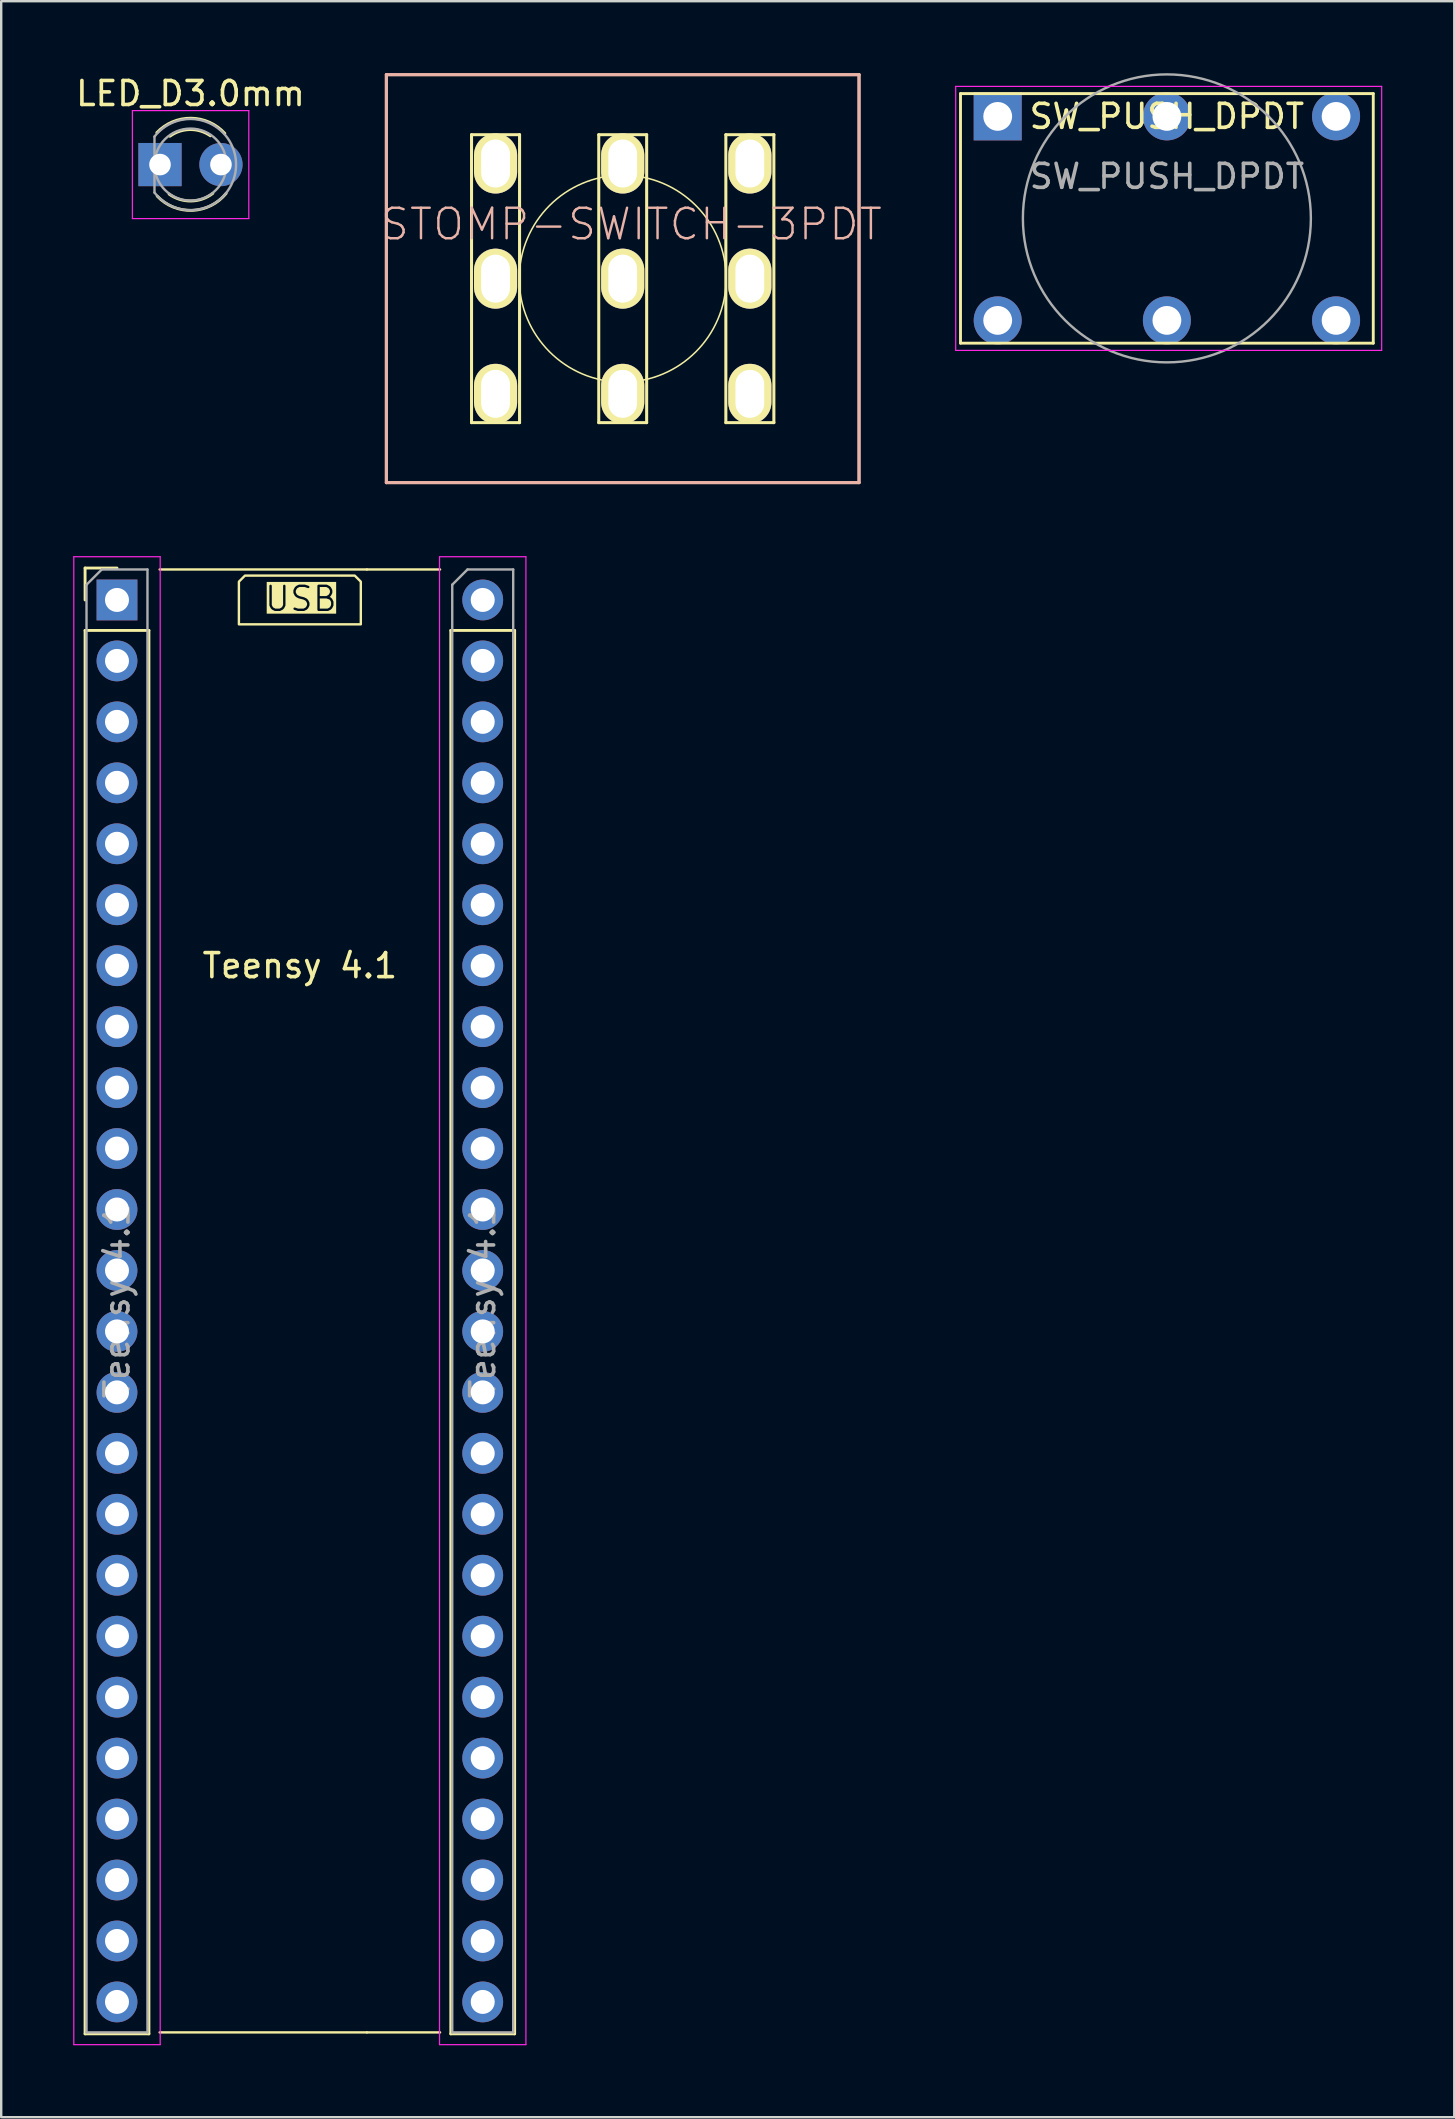
<source format=kicad_pcb>
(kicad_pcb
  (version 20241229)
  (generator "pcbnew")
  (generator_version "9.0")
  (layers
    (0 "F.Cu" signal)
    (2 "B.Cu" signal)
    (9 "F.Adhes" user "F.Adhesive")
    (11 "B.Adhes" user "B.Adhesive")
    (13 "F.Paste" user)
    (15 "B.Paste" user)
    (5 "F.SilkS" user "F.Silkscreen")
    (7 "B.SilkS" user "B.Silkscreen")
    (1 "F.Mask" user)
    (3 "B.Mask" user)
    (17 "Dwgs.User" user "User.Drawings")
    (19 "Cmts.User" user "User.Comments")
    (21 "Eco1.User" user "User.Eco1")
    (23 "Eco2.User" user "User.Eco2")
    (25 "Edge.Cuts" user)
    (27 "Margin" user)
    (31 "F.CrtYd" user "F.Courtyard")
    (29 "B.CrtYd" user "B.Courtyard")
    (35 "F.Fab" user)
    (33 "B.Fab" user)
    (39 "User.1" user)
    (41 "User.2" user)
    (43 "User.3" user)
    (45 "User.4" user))
  (footprint "SW_PUSH_DPDT"
    (layer "F.Cu")
    (at 38.524 1.8)
    (property "Reference" "SW_PUSH_DPDT" (at 7.05 0 0) (layer "F.SilkS") (effects (font (size 1 1) (thickness 0.15))))
    (attr through_hole)
    (fp_line (start -1.55 -0.95) (end -1.55 9.45) (stroke (width 0.12) (type solid)) (layer "F.SilkS"))
    (fp_line (start -1.55 -0.95) (end 15.65 -0.95) (stroke (width 0.12) (type solid)) (layer "F.SilkS"))
    (fp_line (start 15.65 9.45) (end -1.55 9.45) (stroke (width 0.12) (type solid)) (layer "F.SilkS"))
    (fp_line (start 15.65 9.45) (end 15.65 -0.95) (stroke (width 0.12) (type solid)) (layer "F.SilkS"))
    (fp_line (start -1.75 -1.25) (end 16 -1.25) (stroke (width 0.05) (type solid)) (layer "F.CrtYd"))
    (fp_line (start -1.75 9.75) (end -1.75 -1.25) (stroke (width 0.05) (type solid)) (layer "F.CrtYd"))
    (fp_line (start 16 -1.25) (end 16 9.75) (stroke (width 0.05) (type solid)) (layer "F.CrtYd"))
    (fp_line (start 16 9.75) (end -1.75 9.75) (stroke (width 0.05) (type solid)) (layer "F.CrtYd"))
    (fp_circle (center 7.05 4.25) (end 13.05 4.25) (stroke (width 0.1) (type solid)) (fill no) (layer "F.Fab"))
    (fp_text user "${REFERENCE}" (at 7.05 2.5 0) (layer "F.Fab") (effects (font (size 1 1) (thickness 0.15))))
    (pad "1" thru_hole rect (at 0 0) (size 2 2) (drill 1.2) (layers "*.Cu" "*.Mask"))
    (pad "2" thru_hole circle (at 7.05 0) (size 2 2) (drill 1.2) (layers "*.Cu" "*.Mask"))
    (pad "3" thru_hole circle (at 14.1 0) (size 2 2) (drill 1.2) (layers "*.Cu" "*.Mask"))
    (pad "4" thru_hole circle (at 0 8.5) (size 2 2) (drill 1.2) (layers "*.Cu" "*.Mask"))
    (pad "5" thru_hole circle (at 7.05 8.5) (size 2 2) (drill 1.2) (layers "*.Cu" "*.Mask"))
    (pad "6" thru_hole circle (at 14.1 8.5) (size 2 2) (drill 1.2) (layers "*.Cu" "*.Mask")))
  (footprint "STOMP-SWITCH-3PDT"
    (layer "F.Cu")
    (at 22.898 8.562)
    (property "Reference" "STOMP-SWITCH-3PDT" (at 0.363 -2.268 0) (layer "B.SilkS") (effects (font (size 1.27 1.27) (thickness 0.102))))
    (attr exclude_from_pos_files exclude_from_bom)
    (fp_line (start -6.299 -5.999) (end -6.299 5.999) (stroke (width 0.127) (type solid)) (layer "F.SilkS"))
    (fp_line (start -6.299 5.999) (end -4.298 5.999) (stroke (width 0.127) (type solid)) (layer "F.SilkS"))
    (fp_line (start -4.298 -5.999) (end -6.299 -5.999) (stroke (width 0.127) (type solid)) (layer "F.SilkS"))
    (fp_line (start -4.298 5.999) (end -4.298 -5.999) (stroke (width 0.127) (type solid)) (layer "F.SilkS"))
    (fp_line (start -0.998 -5.999) (end 0.998 -5.999) (stroke (width 0.127) (type solid)) (layer "F.SilkS"))
    (fp_line (start -0.998 5.999) (end -0.998 -5.999) (stroke (width 0.127) (type solid)) (layer "F.SilkS"))
    (fp_line (start 0.998 -5.999) (end 0.998 5.999) (stroke (width 0.127) (type solid)) (layer "F.SilkS"))
    (fp_line (start 0.998 5.999) (end -0.998 5.999) (stroke (width 0.127) (type solid)) (layer "F.SilkS"))
    (fp_line (start 4.298 -5.999) (end 4.298 5.999) (stroke (width 0.127) (type solid)) (layer "F.SilkS"))
    (fp_line (start 4.298 5.999) (end 6.299 5.999) (stroke (width 0.127) (type solid)) (layer "F.SilkS"))
    (fp_line (start 6.299 -5.999) (end 4.298 -5.999) (stroke (width 0.127) (type solid)) (layer "F.SilkS"))
    (fp_line (start 6.299 5.999) (end 6.299 -5.999) (stroke (width 0.127) (type solid)) (layer "F.SilkS"))
    (fp_circle (center 0 0) (end -3.048 3.048) (stroke (width 0.064) (type solid)) (fill no) (layer "F.SilkS"))
    (fp_line (start -9.848 -8.499) (end -9.848 8.499) (stroke (width 0.127) (type solid)) (layer "B.SilkS"))
    (fp_line (start -9.848 -8.499) (end 9.848 -8.499) (stroke (width 0.127) (type solid)) (layer "B.SilkS"))
    (fp_line (start -9.848 8.499) (end -9.848 -8.499) (stroke (width 0.127) (type solid)) (layer "B.SilkS"))
    (fp_line (start -9.848 8.499) (end 9.848 8.499) (stroke (width 0.127) (type solid)) (layer "B.SilkS"))
    (fp_line (start 9.848 -8.499) (end -9.848 -8.499) (stroke (width 0.127) (type solid)) (layer "B.SilkS"))
    (fp_line (start 9.848 -8.499) (end 9.848 8.499) (stroke (width 0.127) (type solid)) (layer "B.SilkS"))
    (fp_line (start 9.848 8.499) (end -9.848 8.499) (stroke (width 0.127) (type solid)) (layer "B.SilkS"))
    (fp_line (start 9.848 8.499) (end 9.848 -8.499) (stroke (width 0.127) (type solid)) (layer "B.SilkS"))
    (pad "P$1" thru_hole oval (at -5.298 -4.798) (size 1.798 2.5) (drill oval 1.199 2) (layers "*.Cu" "F.Mask" "F.SilkS" "F.Paste"))
    (pad "P$2" thru_hole oval (at -5.298 0) (size 1.798 2.5) (drill oval 1.199 2) (layers "*.Cu" "F.Mask" "F.SilkS" "F.Paste"))
    (pad "P$3" thru_hole oval (at -5.298 4.798) (size 1.798 2.5) (drill oval 1.199 2) (layers "*.Cu" "F.Mask" "F.SilkS" "F.Paste"))
    (pad "P$4" thru_hole oval (at 0 -4.798) (size 1.798 2.5) (drill oval 1.199 2) (layers "*.Cu" "F.Mask" "F.SilkS" "F.Paste"))
    (pad "P$5" thru_hole oval (at 0 0) (size 1.798 2.5) (drill oval 1.199 2) (layers "*.Cu" "F.Mask" "F.SilkS" "F.Paste"))
    (pad "P$6" thru_hole oval (at 0 4.798) (size 1.798 2.5) (drill oval 1.199 2) (layers "*.Cu" "F.Mask" "F.SilkS" "F.Paste"))
    (pad "P$7" thru_hole oval (at 5.298 -4.798) (size 1.798 2.5) (drill oval 1.199 2) (layers "*.Cu" "F.Mask" "F.SilkS" "F.Paste"))
    (pad "P$8" thru_hole oval (at 5.298 0) (size 1.798 2.5) (drill oval 1.199 2) (layers "*.Cu" "F.Mask" "F.SilkS" "F.Paste"))
    (pad "P$9" thru_hole oval (at 5.298 4.798) (size 1.798 2.5) (drill oval 1.199 2) (layers "*.Cu" "F.Mask" "F.SilkS" "F.Paste")))
  (footprint "Teensy 4.1"
    (layer "F.Cu")
    (at 1.825 21.95)
    (property "Reference" "Teensy 4.1" (at 7.62 15.24 0) (layer "F.SilkS") (effects (font (size 1 1) (thickness 0.15))))
    (attr through_hole)
    (fp_line (start -1.33 -1.33) (end 0 -1.33) (stroke (width 0.12) (type solid)) (layer "F.SilkS"))
    (fp_line (start -1.33 0) (end -1.33 -1.33) (stroke (width 0.12) (type solid)) (layer "F.SilkS"))
    (fp_line (start -1.33 1.27) (end -1.33 59.75) (stroke (width 0.12) (type solid)) (layer "F.SilkS"))
    (fp_line (start -1.33 1.27) (end 1.33 1.27) (stroke (width 0.12) (type solid)) (layer "F.SilkS"))
    (fp_line (start -1.33 59.75) (end 1.33 59.75) (stroke (width 0.12) (type solid)) (layer "F.SilkS"))
    (fp_line (start 1.33 1.27) (end 1.33 59.75) (stroke (width 0.12) (type solid)) (layer "F.SilkS"))
    (fp_line (start 1.778 -1.27) (end 10.414 -1.27) (stroke (width 0.1) (type default)) (layer "F.SilkS"))
    (fp_line (start 1.778 59.69) (end 10.414 59.69) (stroke (width 0.1) (type default)) (layer "F.SilkS"))
    (fp_line (start 10.414 -1.27) (end 13.462 -1.27) (stroke (width 0.1) (type default)) (layer "F.SilkS"))
    (fp_line (start 10.414 59.69) (end 13.462 59.69) (stroke (width 0.1) (type default)) (layer "F.SilkS"))
    (fp_line (start 13.91 1.27) (end 13.91 59.75) (stroke (width 0.12) (type solid)) (layer "F.SilkS"))
    (fp_line (start 13.91 1.27) (end 16.57 1.27) (stroke (width 0.12) (type solid)) (layer "F.SilkS"))
    (fp_line (start 13.91 59.75) (end 16.57 59.75) (stroke (width 0.12) (type solid)) (layer "F.SilkS"))
    (fp_line (start 16.57 1.27) (end 16.57 59.75) (stroke (width 0.12) (type solid)) (layer "F.SilkS"))
    (fp_poly (pts (xy 5.08 -0.762) (xy 5.334 -1.016) (xy 9.906 -1.016) (xy 10.16 -0.762) (xy 10.16 -0.254) (xy 10.16 1.016) (xy 5.08 1.016)) (stroke (width 0.1) (type solid)) (fill no) (layer "F.SilkS"))
    (fp_line (start -1.8 -1.8) (end -1.8 60.2) (stroke (width 0.05) (type solid)) (layer "F.CrtYd"))
    (fp_line (start -1.8 60.2) (end 1.8 60.2) (stroke (width 0.05) (type solid)) (layer "F.CrtYd"))
    (fp_line (start 1.8 -1.8) (end -1.8 -1.8) (stroke (width 0.05) (type solid)) (layer "F.CrtYd"))
    (fp_line (start 1.8 60.2) (end 1.8 -1.8) (stroke (width 0.05) (type solid)) (layer "F.CrtYd"))
    (fp_line (start 13.44 -1.8) (end 13.44 60.2) (stroke (width 0.05) (type solid)) (layer "F.CrtYd"))
    (fp_line (start 13.44 60.2) (end 17.04 60.2) (stroke (width 0.05) (type solid)) (layer "F.CrtYd"))
    (fp_line (start 17.04 -1.8) (end 13.44 -1.8) (stroke (width 0.05) (type solid)) (layer "F.CrtYd"))
    (fp_line (start 17.04 60.2) (end 17.04 -1.8) (stroke (width 0.05) (type solid)) (layer "F.CrtYd"))
    (fp_line (start -1.27 -0.635) (end -0.635 -1.27) (stroke (width 0.1) (type solid)) (layer "F.Fab"))
    (fp_line (start -1.27 59.69) (end -1.27 -0.635) (stroke (width 0.1) (type solid)) (layer "F.Fab"))
    (fp_line (start -0.635 -1.27) (end 1.27 -1.27) (stroke (width 0.1) (type solid)) (layer "F.Fab"))
    (fp_line (start 1.27 -1.27) (end 1.27 59.69) (stroke (width 0.1) (type solid)) (layer "F.Fab"))
    (fp_line (start 1.27 59.69) (end -1.27 59.69) (stroke (width 0.1) (type solid)) (layer "F.Fab"))
    (fp_line (start 13.97 -0.635) (end 14.605 -1.27) (stroke (width 0.1) (type solid)) (layer "F.Fab"))
    (fp_line (start 13.97 59.69) (end 13.97 -0.635) (stroke (width 0.1) (type solid)) (layer "F.Fab"))
    (fp_line (start 14.605 -1.27) (end 16.51 -1.27) (stroke (width 0.1) (type solid)) (layer "F.Fab"))
    (fp_line (start 16.51 -1.27) (end 16.51 59.69) (stroke (width 0.1) (type solid)) (layer "F.Fab"))
    (fp_line (start 16.51 59.69) (end 13.97 59.69) (stroke (width 0.1) (type solid)) (layer "F.Fab"))
    (fp_text user "USB" (at 6.096 0.539 0) (unlocked yes) (layer "F.SilkS" knockout) (effects (font (size 1 1) (thickness 0.1)) (justify left bottom)))
    (fp_text user "${REFERENCE}" (at 15.24 29.21 90) (layer "F.Fab") (effects (font (size 1 1) (thickness 0.15))))
    (fp_text user "${REFERENCE}" (at 0 29.21 90) (layer "F.Fab") (effects (font (size 1 1) (thickness 0.15))))
    (pad "1" thru_hole rect (at 0 0) (size 1.7 1.7) (drill 1) (layers "*.Cu" "*.Mask"))
    (pad "2" thru_hole oval (at 0 2.54) (size 1.7 1.7) (drill 1) (layers "*.Cu" "*.Mask"))
    (pad "3" thru_hole oval (at 0 5.08) (size 1.7 1.7) (drill 1) (layers "*.Cu" "*.Mask"))
    (pad "4" thru_hole oval (at 0 7.62) (size 1.7 1.7) (drill 1) (layers "*.Cu" "*.Mask"))
    (pad "5" thru_hole oval (at 0 10.16) (size 1.7 1.7) (drill 1) (layers "*.Cu" "*.Mask"))
    (pad "6" thru_hole oval (at 0 12.7) (size 1.7 1.7) (drill 1) (layers "*.Cu" "*.Mask"))
    (pad "7" thru_hole oval (at 0 15.24) (size 1.7 1.7) (drill 1) (layers "*.Cu" "*.Mask"))
    (pad "8" thru_hole oval (at 0 17.78) (size 1.7 1.7) (drill 1) (layers "*.Cu" "*.Mask"))
    (pad "9" thru_hole oval (at 0 20.32) (size 1.7 1.7) (drill 1) (layers "*.Cu" "*.Mask"))
    (pad "10" thru_hole oval (at 0 22.86) (size 1.7 1.7) (drill 1) (layers "*.Cu" "*.Mask"))
    (pad "11" thru_hole oval (at 0 25.4) (size 1.7 1.7) (drill 1) (layers "*.Cu" "*.Mask"))
    (pad "12" thru_hole oval (at 0 27.94) (size 1.7 1.7) (drill 1) (layers "*.Cu" "*.Mask"))
    (pad "13" thru_hole oval (at 0 30.48) (size 1.7 1.7) (drill 1) (layers "*.Cu" "*.Mask"))
    (pad "14" thru_hole oval (at 0 33.02) (size 1.7 1.7) (drill 1) (layers "*.Cu" "*.Mask"))
    (pad "15" thru_hole oval (at 0 35.56) (size 1.7 1.7) (drill 1) (layers "*.Cu" "*.Mask"))
    (pad "16" thru_hole oval (at 0 38.1) (size 1.7 1.7) (drill 1) (layers "*.Cu" "*.Mask"))
    (pad "17" thru_hole oval (at 0 40.64) (size 1.7 1.7) (drill 1) (layers "*.Cu" "*.Mask"))
    (pad "18" thru_hole oval (at 0 43.18) (size 1.7 1.7) (drill 1) (layers "*.Cu" "*.Mask"))
    (pad "19" thru_hole oval (at 0 45.72) (size 1.7 1.7) (drill 1) (layers "*.Cu" "*.Mask"))
    (pad "20" thru_hole oval (at 0 48.26) (size 1.7 1.7) (drill 1) (layers "*.Cu" "*.Mask"))
    (pad "21" thru_hole oval (at 0 50.8) (size 1.7 1.7) (drill 1) (layers "*.Cu" "*.Mask"))
    (pad "22" thru_hole oval (at 0 53.34) (size 1.7 1.7) (drill 1) (layers "*.Cu" "*.Mask"))
    (pad "23" thru_hole oval (at 0 55.88) (size 1.7 1.7) (drill 1) (layers "*.Cu" "*.Mask"))
    (pad "24" thru_hole oval (at 0 58.42) (size 1.7 1.7) (drill 1) (layers "*.Cu" "*.Mask"))
    (pad "25" thru_hole oval (at 15.24 58.42) (size 1.7 1.7) (drill 1) (layers "*.Cu" "*.Mask"))
    (pad "26" thru_hole oval (at 15.24 55.88) (size 1.7 1.7) (drill 1) (layers "*.Cu" "*.Mask"))
    (pad "27" thru_hole oval (at 15.24 53.34) (size 1.7 1.7) (drill 1) (layers "*.Cu" "*.Mask"))
    (pad "28" thru_hole oval (at 15.24 50.8) (size 1.7 1.7) (drill 1) (layers "*.Cu" "*.Mask"))
    (pad "29" thru_hole oval (at 15.24 48.26) (size 1.7 1.7) (drill 1) (layers "*.Cu" "*.Mask"))
    (pad "30" thru_hole oval (at 15.24 45.72) (size 1.7 1.7) (drill 1) (layers "*.Cu" "*.Mask"))
    (pad "31" thru_hole oval (at 15.24 43.18) (size 1.7 1.7) (drill 1) (layers "*.Cu" "*.Mask"))
    (pad "32" thru_hole oval (at 15.24 40.64) (size 1.7 1.7) (drill 1) (layers "*.Cu" "*.Mask"))
    (pad "33" thru_hole oval (at 15.24 38.1) (size 1.7 1.7) (drill 1) (layers "*.Cu" "*.Mask"))
    (pad "34" thru_hole oval (at 15.24 35.56) (size 1.7 1.7) (drill 1) (layers "*.Cu" "*.Mask"))
    (pad "35" thru_hole oval (at 15.24 33.02) (size 1.7 1.7) (drill 1) (layers "*.Cu" "*.Mask"))
    (pad "36" thru_hole oval (at 15.24 30.48) (size 1.7 1.7) (drill 1) (layers "*.Cu" "*.Mask"))
    (pad "37" thru_hole oval (at 15.24 27.94) (size 1.7 1.7) (drill 1) (layers "*.Cu" "*.Mask"))
    (pad "38" thru_hole oval (at 15.24 25.4) (size 1.7 1.7) (drill 1) (layers "*.Cu" "*.Mask"))
    (pad "39" thru_hole oval (at 15.24 22.86) (size 1.7 1.7) (drill 1) (layers "*.Cu" "*.Mask"))
    (pad "40" thru_hole oval (at 15.24 20.32) (size 1.7 1.7) (drill 1) (layers "*.Cu" "*.Mask"))
    (pad "41" thru_hole oval (at 15.24 17.78) (size 1.7 1.7) (drill 1) (layers "*.Cu" "*.Mask"))
    (pad "42" thru_hole oval (at 15.24 15.24) (size 1.7 1.7) (drill 1) (layers "*.Cu" "*.Mask"))
    (pad "43" thru_hole oval (at 15.24 12.7) (size 1.7 1.7) (drill 1) (layers "*.Cu" "*.Mask"))
    (pad "44" thru_hole oval (at 15.24 10.16) (size 1.7 1.7) (drill 1) (layers "*.Cu" "*.Mask"))
    (pad "45" thru_hole oval (at 15.24 7.62) (size 1.7 1.7) (drill 1) (layers "*.Cu" "*.Mask"))
    (pad "46" thru_hole oval (at 15.24 5.08) (size 1.7 1.7) (drill 1) (layers "*.Cu" "*.Mask"))
    (pad "47" thru_hole oval (at 15.24 2.54) (size 1.7 1.7) (drill 1) (layers "*.Cu" "*.Mask"))
    (pad "48" thru_hole circle (at 15.24 0) (size 1.7 1.7) (drill 1) (layers "*.Cu" "*.Mask")))
  (footprint "LED_D3.0mm"
    (layer "F.Cu")
    (at 3.617 3.808)
    (property "Reference" "LED_D3.0mm" (at 1.27 -2.96 180) (layer "F.SilkS") (effects (font (size 1 1) (thickness 0.15))))
    (attr through_hole)
    (fp_arc (start -0.131891 -1.330262) (mid 1.290651 -1.932477) (end 2.699999 -1.299999) (stroke (width 0.12) (type solid)) (layer "F.SilkS"))
    (fp_arc (start 0.41357 -1.181282) (mid 1.253807 -1.458985) (end 2.1 -1.2) (stroke (width 0.12) (type solid)) (layer "F.SilkS"))
    (fp_arc (start 2.2 1.199999) (mid 1.294291 1.517995) (end 0.378872 1.229141) (stroke (width 0.12) (type solid)) (layer "F.SilkS"))
    (fp_arc (start 2.756068 1.199999) (mid 1.346278 1.908554) (end -0.115563 1.314768) (stroke (width 0.12) (type solid)) (layer "F.SilkS"))
    (fp_line (start -1.15 -2.25) (end -1.15 2.25) (stroke (width 0.05) (type solid)) (layer "F.CrtYd"))
    (fp_line (start -1.15 2.25) (end 3.7 2.25) (stroke (width 0.05) (type solid)) (layer "F.CrtYd"))
    (fp_line (start 3.7 -2.25) (end -1.15 -2.25) (stroke (width 0.05) (type solid)) (layer "F.CrtYd"))
    (fp_line (start 3.7 2.25) (end 3.7 -2.25) (stroke (width 0.05) (type solid)) (layer "F.CrtYd"))
    (fp_line (start -0.23 -1.166) (end -0.23 1.166) (stroke (width 0.1) (type solid)) (layer "F.Fab"))
    (fp_arc (start -0.23 -1.16619) (mid 3.17 0.000452) (end -0.230555 1.165476) (stroke (width 0.1) (type solid)) (layer "F.Fab"))
    (fp_circle (center 1.27 0) (end 2.77 0) (stroke (width 0.1) (type solid)) (fill no) (layer "F.Fab"))
    (pad "1" thru_hole rect (at 0 0) (size 1.8 1.8) (drill 0.9) (layers "*.Cu" "*.Mask"))
    (pad "2" thru_hole circle (at 2.54 0) (size 1.8 1.8) (drill 0.9) (layers "*.Cu" "*.Mask")))
  (gr_rect
    (start -3 -3)
    (end 57.549 85.175)
    (stroke (width 0.1) (type default))
    (fill no)
    (layer "Edge.Cuts")))
</source>
